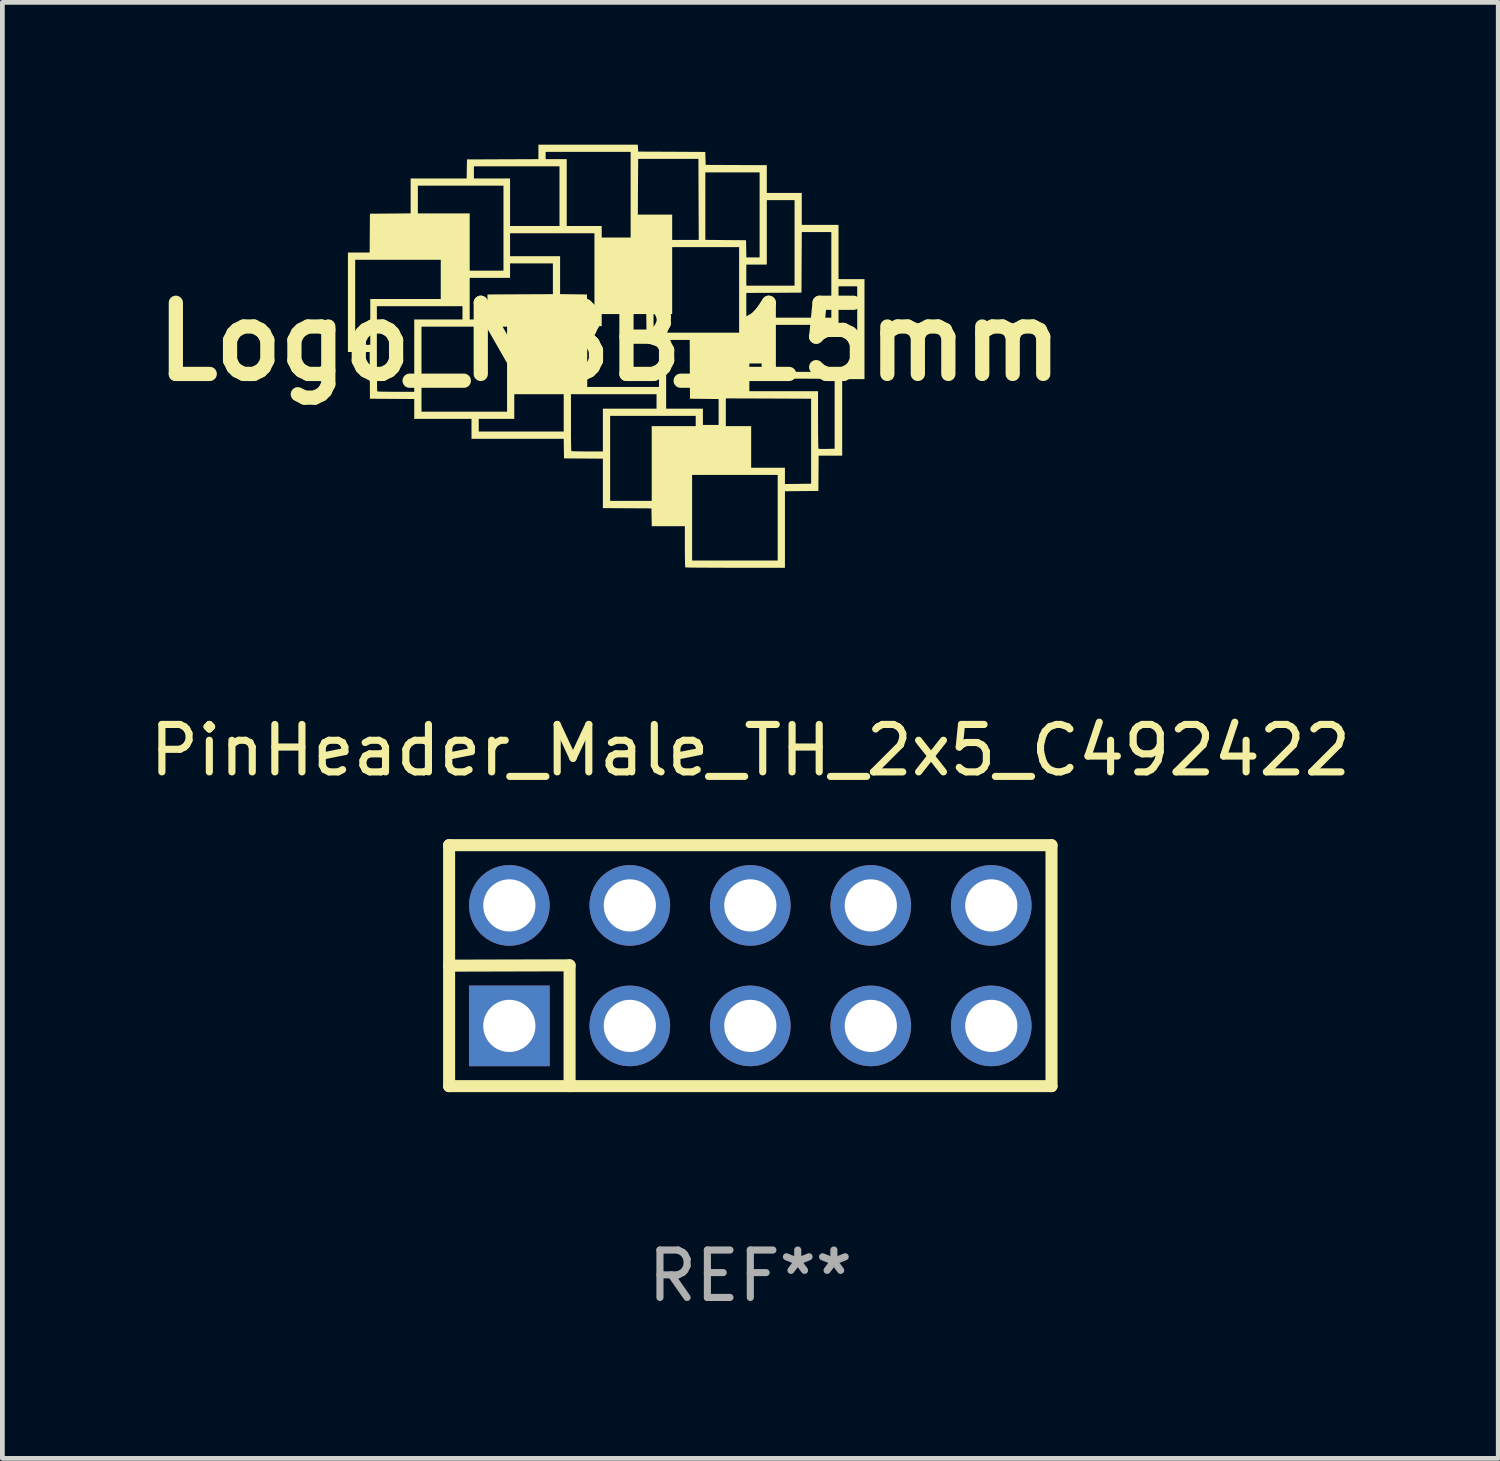
<source format=kicad_pcb>
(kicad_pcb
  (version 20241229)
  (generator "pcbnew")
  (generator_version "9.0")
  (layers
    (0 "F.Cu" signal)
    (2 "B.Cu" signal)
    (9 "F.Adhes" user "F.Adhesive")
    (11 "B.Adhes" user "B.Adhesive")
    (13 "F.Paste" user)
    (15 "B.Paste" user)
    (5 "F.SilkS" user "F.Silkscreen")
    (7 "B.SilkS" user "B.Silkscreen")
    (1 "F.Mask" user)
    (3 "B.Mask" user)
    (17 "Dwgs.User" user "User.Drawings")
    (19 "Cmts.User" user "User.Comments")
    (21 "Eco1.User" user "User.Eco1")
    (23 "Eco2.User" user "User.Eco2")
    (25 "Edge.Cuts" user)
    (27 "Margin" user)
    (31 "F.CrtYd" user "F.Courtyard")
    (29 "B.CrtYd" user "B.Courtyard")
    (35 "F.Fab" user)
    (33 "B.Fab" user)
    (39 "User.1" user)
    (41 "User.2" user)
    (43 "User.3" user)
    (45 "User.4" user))
  (footprint "Logo_NBB_15mm"
    (layer "F.Cu")
    (at 9.8 4.155)
    (property "Reference" "Logo_NBB_15mm" (at 0 0 0) (layer "F.SilkS") (effects (font (size 1.5 1.5) (thickness 0.3))))
    (attr board_only exclude_from_pos_files exclude_from_bom)
    (fp_poly (pts (xy 0.6 -4.082) (xy 0.604 -4.009) (xy 1.312 -4.006) (xy 2.019 -4.002) (xy 2.023 -3.866) (xy 2.027 -3.729) (xy 2.672 -3.726) (xy 3.316 -3.723) (xy 3.316 -3.431) (xy 3.316 -3.138) (xy 3.685 -3.138) (xy 4.053 -3.138) (xy 4.053 -2.802) (xy 4.053 -2.465) (xy 4.441 -2.465) (xy 4.828 -2.465) (xy 4.828 -1.893) (xy 4.828 -1.321) (xy 5.102 -1.321) (xy 5.375 -1.321) (xy 5.375 -0.267) (xy 5.375 0.788) (xy 5.14 0.788) (xy 4.905 0.788) (xy 4.905 1.595) (xy 4.905 2.402) (xy 4.657 2.402) (xy 4.409 2.402) (xy 4.406 2.773) (xy 4.403 3.145) (xy 4.05 3.148) (xy 3.698 3.152) (xy 3.698 3.958) (xy 3.698 4.765) (xy 2.651 4.765) (xy 2.491 4.765) (xy 2.337 4.764) (xy 2.193 4.764) (xy 2.06 4.763) (xy 1.94 4.763) (xy 1.834 4.762) (xy 1.746 4.761) (xy 1.677 4.76) (xy 1.628 4.758) (xy 1.601 4.757) (xy 1.597 4.756) (xy 1.595 4.742) (xy 1.593 4.705) (xy 1.591 4.649) (xy 1.59 4.577) (xy 1.589 4.491) (xy 1.588 4.395) (xy 1.588 4.318) (xy 1.588 3.888) (xy 1.239 3.888) (xy 0.89 3.888) (xy 0.887 3.701) (xy 0.883 3.513) (xy 0.372 3.51) (xy -0.14 3.507) (xy -0.14 2.986) (xy -0.14 2.465) (xy -0.55 2.462) (xy -0.959 2.459) (xy -0.963 2.252) (xy -0.966 2.046) (xy -1.938 2.046) (xy -2.91 2.046) (xy -2.91 1.893) (xy -2.757 1.893) (xy -1.861 1.893) (xy -0.966 1.893) (xy -0.966 1.499) (xy -0.966 1.105) (xy -0.813 1.105) (xy -0.813 1.701) (xy -0.813 1.821) (xy -0.813 1.934) (xy -0.812 2.036) (xy -0.811 2.126) (xy -0.809 2.2) (xy -0.808 2.256) (xy -0.806 2.292) (xy -0.805 2.304) (xy -0.79 2.306) (xy -0.754 2.308) (xy -0.699 2.31) (xy -0.629 2.311) (xy -0.547 2.312) (xy -0.468 2.313) (xy -0.14 2.313) (xy -0.14 1.861) (xy -0.14 1.563) (xy 0.013 1.563) (xy 0.013 2.459) (xy 0.013 3.354) (xy 0.451 3.354) (xy 0.889 3.354) (xy 0.889 2.808) (xy 1.741 2.808) (xy 1.741 3.71) (xy 1.741 4.612) (xy 2.643 4.612) (xy 3.545 4.612) (xy 3.545 3.71) (xy 3.545 2.808) (xy 2.643 2.808) (xy 1.741 2.808) (xy 0.889 2.808) (xy 0.889 2.567) (xy 0.889 1.779) (xy 1.353 1.779) (xy 1.817 1.779) (xy 1.817 1.671) (xy 1.817 1.563) (xy 0.915 1.563) (xy 0.013 1.563) (xy -0.14 1.563) (xy -0.14 1.41) (xy 0.426 1.41) (xy 0.991 1.41) (xy 0.991 1.258) (xy 0.991 1.105) (xy 0.089 1.105) (xy -0.813 1.105) (xy -0.966 1.105) (xy -1.487 1.105) (xy -2.008 1.105) (xy -2.008 1.366) (xy -2.008 1.626) (xy -2.382 1.626) (xy -2.757 1.626) (xy -2.757 1.76) (xy -2.757 1.893) (xy -2.91 1.893) (xy -2.91 1.836) (xy -2.91 1.626) (xy -3.513 1.626) (xy -4.117 1.626) (xy -4.117 1.417) (xy -4.117 1.207) (xy -4.584 1.204) (xy -5.051 1.201) (xy -5.054 0.708) (xy -5.057 0.216) (xy -5.286 0.216) (xy -5.515 0.216) (xy -5.515 -0.832) (xy -5.515 -1.728) (xy -5.362 -1.728) (xy -5.362 -0.832) (xy -5.362 0.064) (xy -5.203 0.064) (xy -5.044 0.064) (xy -5.044 -0.419) (xy -5.044 -0.75) (xy -4.905 -0.75) (xy -4.905 0.144) (xy -4.905 0.292) (xy -4.904 0.433) (xy -4.904 0.565) (xy -4.903 0.685) (xy -4.902 0.791) (xy -4.901 0.881) (xy -4.9 0.954) (xy -4.899 1.007) (xy -4.897 1.038) (xy -4.896 1.046) (xy -4.882 1.048) (xy -4.845 1.05) (xy -4.79 1.052) (xy -4.718 1.053) (xy -4.634 1.054) (xy -4.54 1.055) (xy -4.502 1.055) (xy -4.117 1.055) (xy -4.117 0.292) (xy -4.117 -0.318) (xy -3.964 -0.318) (xy -3.964 0.578) (xy -3.964 1.474) (xy -3.062 1.474) (xy -2.16 1.474) (xy -2.16 0.953) (xy -0.47 0.953) (xy 0.286 0.953) (xy 1.042 0.953) (xy 1.042 0.458) (xy 1.042 -0.037) (xy 1.01 -0.038) (xy 1.194 -0.038) (xy 1.194 0.686) (xy 1.194 1.41) (xy 1.582 1.41) (xy 1.969 1.41) (xy 1.969 1.582) (xy 1.969 1.753) (xy 2.135 1.753) (xy 2.3 1.753) (xy 2.3 1.481) (xy 2.3 1.208) (xy 1.998 1.204) (xy 1.696 1.201) (xy 1.696 1.194) (xy 2.452 1.194) (xy 2.452 1.487) (xy 2.452 1.779) (xy 2.719 1.779) (xy 2.986 1.779) (xy 2.986 2.217) (xy 2.986 2.656) (xy 3.342 2.656) (xy 3.698 2.656) (xy 3.698 2.827) (xy 3.698 2.999) (xy 3.974 2.996) (xy 4.25 2.992) (xy 4.25 2.097) (xy 4.25 1.201) (xy 3.351 1.197) (xy 2.452 1.194) (xy 1.696 1.194) (xy 1.693 0.581) (xy 1.692 0.457) (xy 2.948 0.457) (xy 2.948 0.75) (xy 2.948 1.042) (xy 3.672 1.042) (xy 4.396 1.042) (xy 4.396 1.643) (xy 4.397 1.765) (xy 4.397 1.878) (xy 4.398 1.981) (xy 4.399 2.072) (xy 4.4 2.146) (xy 4.402 2.203) (xy 4.403 2.24) (xy 4.405 2.254) (xy 4.421 2.257) (xy 4.456 2.259) (xy 4.507 2.26) (xy 4.569 2.259) (xy 4.58 2.259) (xy 4.746 2.255) (xy 4.746 1.518) (xy 4.746 0.781) (xy 4.012 0.778) (xy 3.278 0.775) (xy 3.278 0.616) (xy 3.278 0.457) (xy 3.113 0.457) (xy 2.948 0.457) (xy 1.692 0.457) (xy 1.691 0.131) (xy 3.418 0.131) (xy 3.418 0.24) (xy 3.419 0.341) (xy 3.42 0.431) (xy 3.421 0.507) (xy 3.423 0.567) (xy 3.424 0.608) (xy 3.426 0.626) (xy 3.426 0.627) (xy 3.44 0.628) (xy 3.477 0.63) (xy 3.536 0.631) (xy 3.614 0.632) (xy 3.709 0.633) (xy 3.819 0.634) (xy 3.942 0.634) (xy 4.076 0.635) (xy 4.219 0.635) (xy 4.329 0.635) (xy 5.222 0.635) (xy 5.222 -0.267) (xy 5.222 -1.169) (xy 5.025 -1.169) (xy 4.828 -1.169) (xy 4.828 -0.762) (xy 4.828 -0.356) (xy 4.123 -0.356) (xy 3.418 -0.356) (xy 3.418 0.131) (xy 1.691 0.131) (xy 1.69 -0.038) (xy 1.442 -0.038) (xy 1.194 -0.038) (xy 1.01 -0.038) (xy 0.912 -0.041) (xy 0.781 -0.044) (xy 0.78 -0.191) (xy 0.928 -0.191) (xy 1.83 -0.191) (xy 2.732 -0.191) (xy 2.732 -0.508) (xy 2.884 -0.508) (xy 3.78 -0.508) (xy 4.676 -0.508) (xy 4.676 -1.41) (xy 4.676 -2.313) (xy 4.365 -2.313) (xy 4.054 -2.313) (xy 4.05 -1.674) (xy 4.047 -1.036) (xy 3.466 -1.032) (xy 2.884 -1.029) (xy 2.884 -0.769) (xy 2.884 -0.508) (xy 2.732 -0.508) (xy 2.732 -1.093) (xy 2.732 -1.182) (xy 2.884 -1.182) (xy 3.393 -1.182) (xy 3.901 -1.182) (xy 3.901 -2.084) (xy 3.901 -2.986) (xy 3.609 -2.986) (xy 3.316 -2.986) (xy 3.316 -2.306) (xy 3.316 -1.626) (xy 3.1 -1.626) (xy 2.884 -1.626) (xy 2.884 -1.404) (xy 2.884 -1.182) (xy 2.732 -1.182) (xy 2.732 -1.995) (xy 2.027 -1.995) (xy 1.321 -1.995) (xy 1.321 -1.29) (xy 1.321 -0.584) (xy 1.125 -0.584) (xy 0.928 -0.584) (xy 0.928 -0.388) (xy 0.928 -0.191) (xy 0.78 -0.191) (xy 0.778 -0.314) (xy 0.775 -0.584) (xy 0.305 -0.584) (xy -0.165 -0.584) (xy -0.165 -0.457) (xy -0.165 -0.33) (xy -0.318 -0.33) (xy -0.47 -0.33) (xy -0.47 0.311) (xy -0.47 0.953) (xy -2.16 0.953) (xy -2.16 0.578) (xy -2.16 -0.318) (xy -3.062 -0.318) (xy -3.964 -0.318) (xy -4.117 -0.318) (xy -4.117 -0.47) (xy -3.609 -0.47) (xy -3.1 -0.47) (xy -2.948 -0.47) (xy -2.764 -0.47) (xy -2.58 -0.47) (xy -2.576 -0.734) (xy -2.573 -0.997) (xy -1.884 -1.001) (xy -1.194 -1.004) (xy -1.194 -1.328) (xy -1.194 -1.652) (xy -1.645 -1.652) (xy -2.097 -1.652) (xy -2.097 -1.499) (xy -2.097 -1.347) (xy -2.522 -1.347) (xy -2.948 -1.347) (xy -2.948 -0.909) (xy -2.948 -0.47) (xy -3.1 -0.47) (xy -3.1 -0.61) (xy -3.1 -0.75) (xy -4.003 -0.75) (xy -4.905 -0.75) (xy -5.044 -0.75) (xy -5.044 -0.902) (xy -4.301 -0.902) (xy -3.558 -0.902) (xy -3.558 -1.315) (xy -3.558 -1.728) (xy -4.46 -1.728) (xy -5.362 -1.728) (xy -5.515 -1.728) (xy -5.515 -1.881) (xy -5.286 -1.881) (xy -5.057 -1.881) (xy -5.054 -2.29) (xy -5.051 -2.7) (xy -4.622 -2.703) (xy -4.193 -2.707) (xy -4.193 -3.075) (xy -4.193 -3.291) (xy -4.041 -3.291) (xy -4.041 -2.999) (xy -4.041 -2.706) (xy -3.494 -2.706) (xy -2.948 -2.706) (xy -2.948 -2.103) (xy -2.948 -1.499) (xy -2.592 -1.499) (xy -2.236 -1.499) (xy -2.236 -2.287) (xy -2.097 -2.287) (xy -2.097 -2.046) (xy -2.097 -1.804) (xy -1.569 -1.804) (xy -1.042 -1.804) (xy -1.042 -1.404) (xy -1.042 -1.004) (xy -0.759 -1.001) (xy -0.476 -0.997) (xy -0.473 -0.74) (xy -0.47 -0.483) (xy -0.394 -0.483) (xy -0.318 -0.483) (xy -0.318 -1.385) (xy -0.318 -2.287) (xy -1.207 -2.287) (xy -2.097 -2.287) (xy -2.236 -2.287) (xy -2.236 -2.395) (xy -2.236 -3.291) (xy -3.138 -3.291) (xy -4.041 -3.291) (xy -4.193 -3.291) (xy -4.193 -3.443) (xy -3.603 -3.443) (xy -3.012 -3.443) (xy -3.009 -3.644) (xy -3.008 -3.698) (xy -2.859 -3.698) (xy -2.859 -3.57) (xy -2.859 -3.443) (xy -2.478 -3.443) (xy -2.097 -3.443) (xy -2.097 -2.942) (xy -2.097 -2.44) (xy -1.576 -2.44) (xy -1.055 -2.44) (xy -1.055 -3.069) (xy -1.055 -3.698) (xy -1.957 -3.698) (xy -2.859 -3.698) (xy -3.008 -3.698) (xy -3.005 -3.844) (xy -2.252 -3.847) (xy -1.499 -3.85) (xy -1.499 -4.003) (xy -1.347 -4.003) (xy -1.347 -3.926) (xy -1.347 -3.85) (xy -1.125 -3.85) (xy -0.902 -3.85) (xy -0.902 -3.145) (xy -0.902 -2.44) (xy -0.534 -2.44) (xy -0.165 -2.44) (xy -0.165 -2.319) (xy -0.165 -2.198) (xy 0.14 -2.198) (xy 0.445 -2.198) (xy 0.445 -2.681) (xy 0.597 -2.681) (xy 0.959 -2.681) (xy 1.321 -2.681) (xy 1.321 -2.414) (xy 1.321 -2.147) (xy 1.601 -2.147) (xy 1.881 -2.147) (xy 1.877 -3.002) (xy 1.875 -3.57) (xy 2.02 -3.57) (xy 2.02 -2.859) (xy 2.02 -2.148) (xy 2.449 -2.144) (xy 2.878 -2.141) (xy 2.882 -1.96) (xy 2.885 -1.779) (xy 3.024 -1.779) (xy 3.164 -1.779) (xy 3.164 -2.675) (xy 3.164 -3.57) (xy 2.592 -3.57) (xy 2.02 -3.57) (xy 1.875 -3.57) (xy 1.874 -3.856) (xy 1.239 -3.856) (xy 0.604 -3.856) (xy 0.6 -3.269) (xy 0.597 -2.681) (xy 0.445 -2.681) (xy 0.445 -3.1) (xy 0.445 -4.003) (xy -0.451 -4.003) (xy -1.347 -4.003) (xy -1.499 -4.003) (xy -1.499 -4.003) (xy -1.499 -4.155) (xy -0.452 -4.155) (xy 0.596 -4.155)) (stroke (width 0) (type solid)) (fill yes) (layer "F.SilkS")))
  (footprint "PinHeader_Male_TH_2x5_C492422"
    (layer "F.Cu")
    (at 12.768 17.308)
    (property "Reference" "PinHeader_Male_TH_2x5_C492422" (at 0 -4.54 0) (layer "F.SilkS") (effects (font (size 1 1) (thickness 0.15))))
    (attr through_hole)
    (fp_line (start -6.35 -2.54) (end -6.35 2.54) (stroke (width 0.254) (type solid)) (layer "F.SilkS"))
    (fp_line (start -6.35 -2.54) (end 6.35 -2.54) (stroke (width 0.254) (type solid)) (layer "F.SilkS"))
    (fp_line (start -6.35 0) (end -3.81 -0.007) (stroke (width 0.254) (type solid)) (layer "F.SilkS"))
    (fp_line (start -6.35 2.54) (end 6.35 2.54) (stroke (width 0.254) (type solid)) (layer "F.SilkS"))
    (fp_line (start -3.81 -0.007) (end -3.81 2.54) (stroke (width 0.254) (type solid)) (layer "F.SilkS"))
    (fp_line (start 6.35 -2.54) (end 6.35 2.54) (stroke (width 0.254) (type solid)) (layer "F.SilkS"))
    (fp_circle (center -6.35 2.5) (end -6.32 2.5) (stroke (width 0.06) (type solid)) (fill no) (layer "F.SilkS"))
    (fp_text user "REF**" (at 0 6.54 0) (layer "F.Fab") (effects (font (size 1 1) (thickness 0.15))))
    (pad "1" thru_hole rect (at -5.08 1.27) (size 1.7 1.7) (drill 1.1) (layers "*.Cu" "*.Mask"))
    (pad "2" thru_hole circle (at -5.08 -1.27) (size 1.7 1.7) (drill 1.1) (layers "*.Cu" "*.Mask"))
    (pad "3" thru_hole circle (at -2.54 1.27) (size 1.7 1.7) (drill 1.1) (layers "*.Cu" "*.Mask"))
    (pad "4" thru_hole circle (at -2.54 -1.27) (size 1.7 1.7) (drill 1.1) (layers "*.Cu" "*.Mask"))
    (pad "5" thru_hole circle (at 0 1.27) (size 1.7 1.7) (drill 1.1) (layers "*.Cu" "*.Mask"))
    (pad "6" thru_hole circle (at 0 -1.27) (size 1.7 1.7) (drill 1.1) (layers "*.Cu" "*.Mask"))
    (pad "7" thru_hole circle (at 2.54 1.27) (size 1.7 1.7) (drill 1.1) (layers "*.Cu" "*.Mask"))
    (pad "8" thru_hole circle (at 2.54 -1.27) (size 1.7 1.7) (drill 1.1) (layers "*.Cu" "*.Mask"))
    (pad "9" thru_hole circle (at 5.08 1.27) (size 1.7 1.7) (drill 1.1) (layers "*.Cu" "*.Mask"))
    (pad "10" thru_hole circle (at 5.08 -1.27) (size 1.7 1.7) (drill 1.1) (layers "*.Cu" "*.Mask")))
  (gr_rect
    (start -3 -3)
    (end 28.536 27.696)
    (stroke (width 0.1) (type default))
    (fill no)
    (layer "Edge.Cuts")))
</source>
